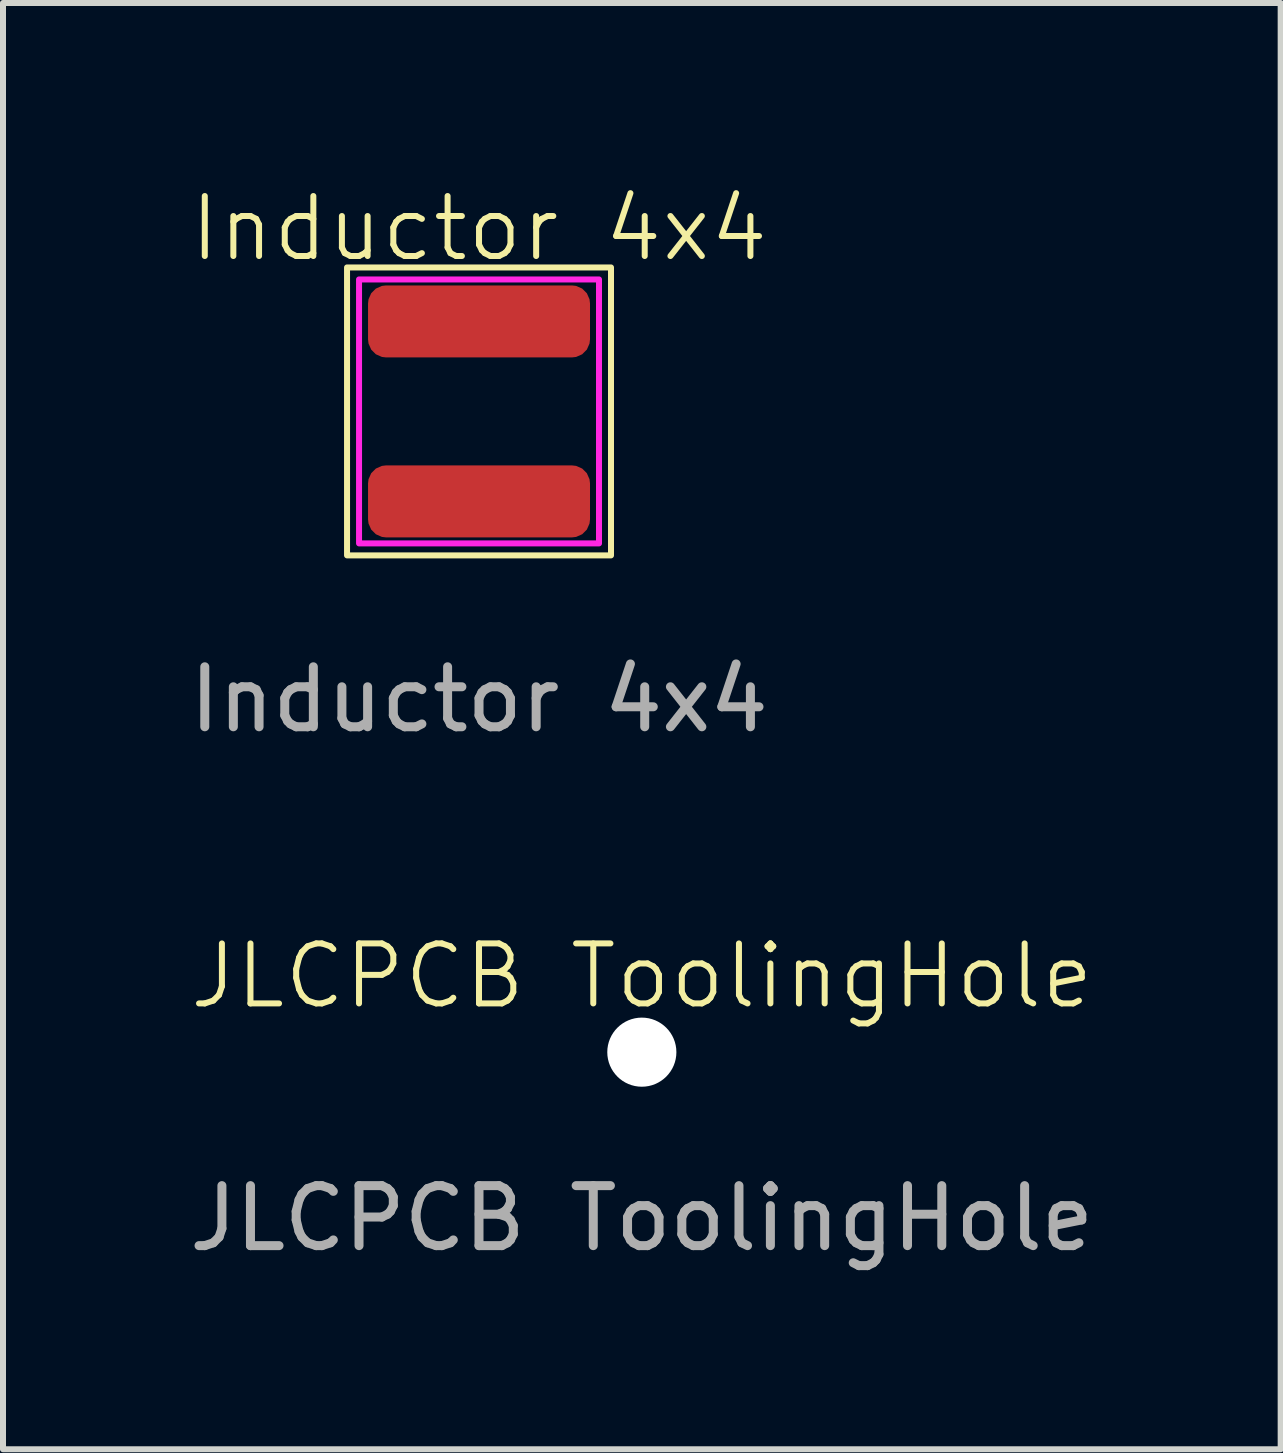
<source format=kicad_pcb>
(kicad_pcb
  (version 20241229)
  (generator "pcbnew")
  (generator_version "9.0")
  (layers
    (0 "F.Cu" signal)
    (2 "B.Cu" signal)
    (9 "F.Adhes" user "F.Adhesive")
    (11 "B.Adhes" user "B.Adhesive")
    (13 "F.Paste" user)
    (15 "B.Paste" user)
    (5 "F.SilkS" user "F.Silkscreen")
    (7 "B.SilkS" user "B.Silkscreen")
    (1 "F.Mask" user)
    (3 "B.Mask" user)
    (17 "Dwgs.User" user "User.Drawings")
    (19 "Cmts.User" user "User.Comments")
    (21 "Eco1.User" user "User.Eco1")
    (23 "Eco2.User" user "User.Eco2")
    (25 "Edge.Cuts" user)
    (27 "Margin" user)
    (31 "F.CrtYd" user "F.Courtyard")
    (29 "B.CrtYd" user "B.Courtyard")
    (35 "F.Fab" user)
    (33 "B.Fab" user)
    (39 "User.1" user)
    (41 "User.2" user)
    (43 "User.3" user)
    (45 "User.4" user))
  (footprint "Inductor 4x4"
    (layer "F.Cu")
    (at 4.935 3.808)
    (property "Reference" "Inductor 4x4" (at 0 -3.048 0) (unlocked yes) (layer "F.SilkS") (effects (font (size 1 1) (thickness 0.1))))
    (attr smd)
    (fp_rect (start -2.2 -2.4) (end 2.2 2.4) (stroke (width 0.1) (type default)) (fill no) (layer "F.SilkS"))
    (fp_rect (start -2 -2.2) (end 2 2.2) (stroke (width 0.1) (type default)) (fill no) (layer "F.CrtYd"))
    (fp_text user "${REFERENCE}" (at 0 4.802 0) (unlocked yes) (layer "F.Fab") (effects (font (size 1 1) (thickness 0.15))))
    (pad "1" smd roundrect (at 0 -1.5) (size 3.7 1.2) (layers "F.Cu" "F.Mask" "F.Paste") (roundrect_rratio 0.25))
    (pad "2" smd roundrect (at 0 1.5) (size 3.7 1.2) (layers "F.Cu" "F.Mask" "F.Paste") (roundrect_rratio 0.25)))
  (footprint "JLCPCB ToolingHole"
    (layer "F.Cu")
    (at 7.649 14.489)
    (property "Reference" "JLCPCB ToolingHole" (at 0 -1.27 0) (unlocked yes) (layer "F.SilkS") (effects (font (size 1 1) (thickness 0.1))))
    (fp_text user "${REFERENCE}" (at 0 2.77 0) (unlocked yes) (layer "F.Fab") (effects (font (size 1 1) (thickness 0.15))))
    (pad "" np_thru_hole circle (at 0 0) (size 1.152 1.152) (drill 1.152) (layers "*.Cu" "*.Mask")))
  (gr_rect
    (start -3 -3)
    (end 18.298 21.108)
    (stroke (width 0.1) (type default))
    (fill no)
    (layer "Edge.Cuts")))
</source>
